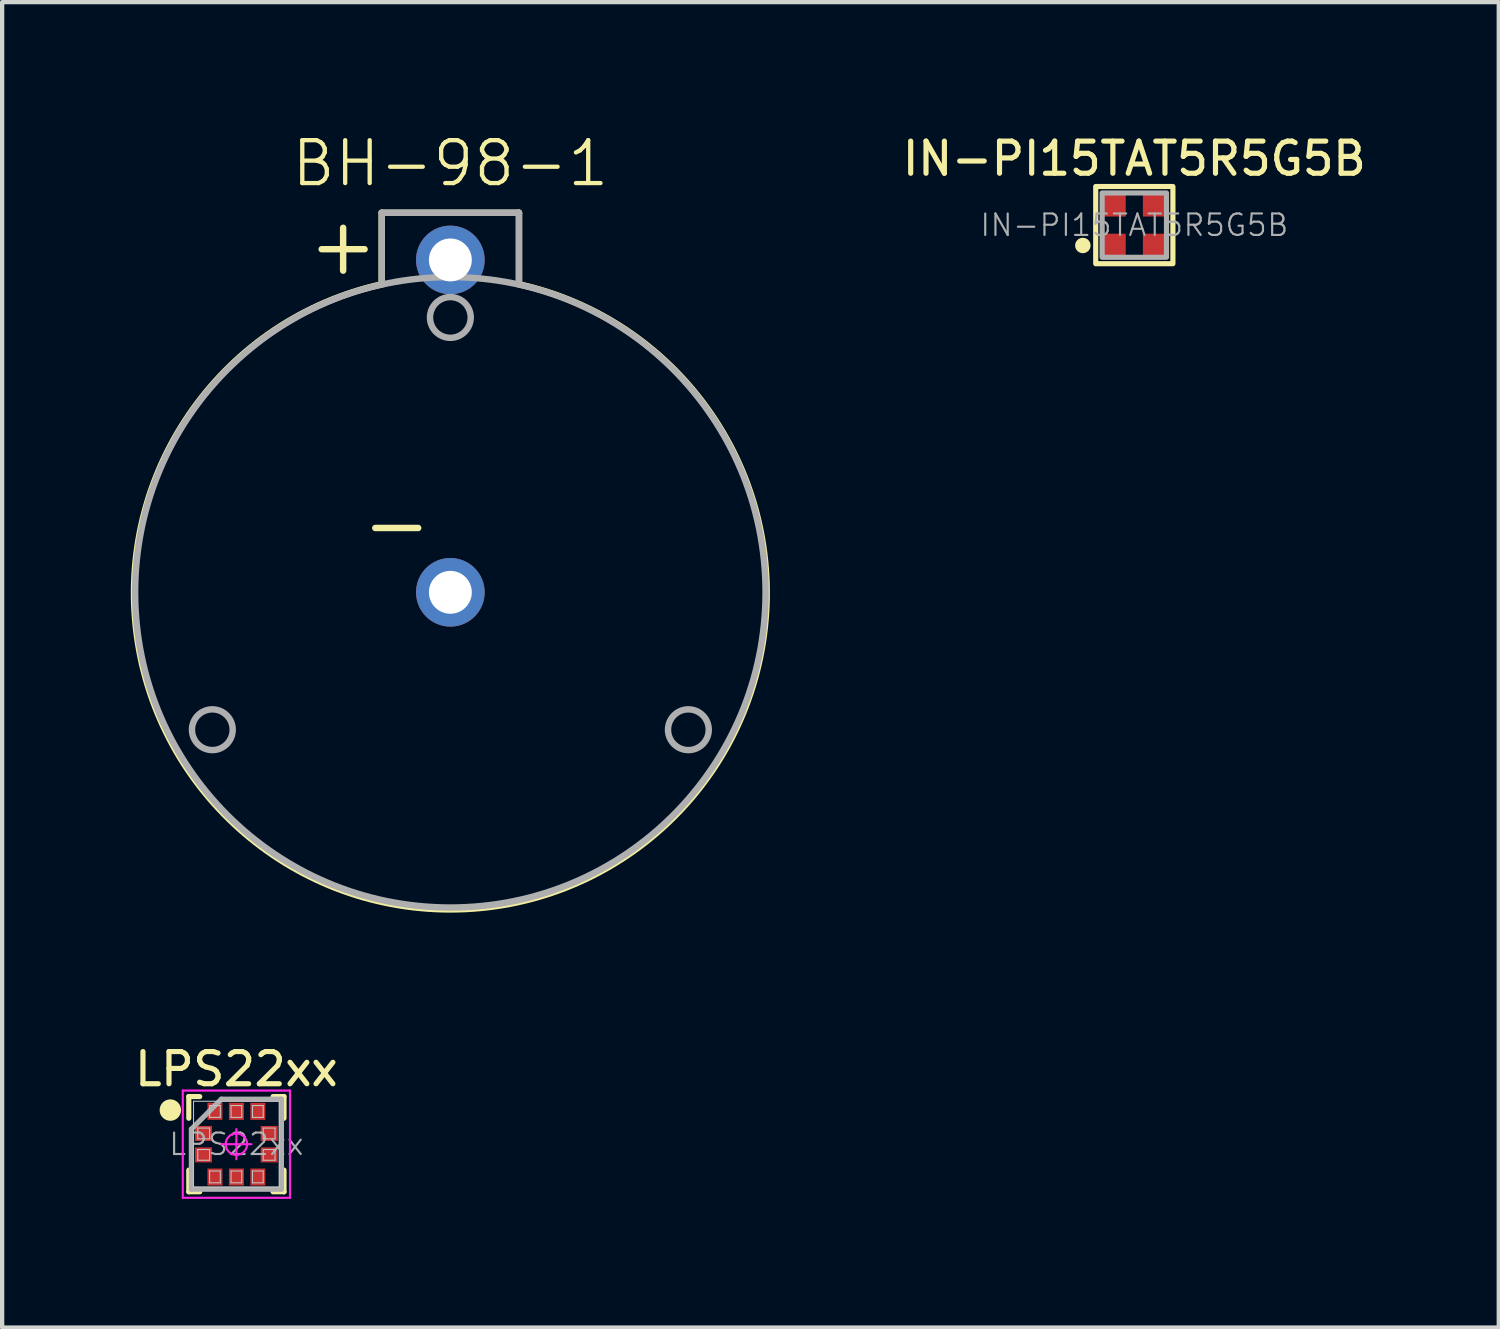
<source format=kicad_pcb>
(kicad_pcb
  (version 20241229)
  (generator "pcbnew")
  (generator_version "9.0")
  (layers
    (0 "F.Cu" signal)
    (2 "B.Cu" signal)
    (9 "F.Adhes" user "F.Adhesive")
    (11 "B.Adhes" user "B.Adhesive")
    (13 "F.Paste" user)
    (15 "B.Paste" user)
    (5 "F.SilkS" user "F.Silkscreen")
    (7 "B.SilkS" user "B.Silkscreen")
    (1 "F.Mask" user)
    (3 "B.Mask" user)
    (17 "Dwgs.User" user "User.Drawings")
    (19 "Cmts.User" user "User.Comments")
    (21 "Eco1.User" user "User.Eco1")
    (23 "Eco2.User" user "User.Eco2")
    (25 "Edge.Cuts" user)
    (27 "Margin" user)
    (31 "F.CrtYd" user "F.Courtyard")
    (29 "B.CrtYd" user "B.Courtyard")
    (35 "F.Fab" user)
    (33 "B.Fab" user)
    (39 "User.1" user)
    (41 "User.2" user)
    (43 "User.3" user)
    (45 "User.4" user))
  (footprint "LPS22xx"
    (layer "F.Cu")
    (at 2.462 23.629)
    (property "Reference" "LPS22xx" (at 0 -1.75 0) (layer "F.SilkS") (effects (font (size 0.75 0.75) (thickness 0.12))))
    (attr smd allow_soldermask_bridges)
    (fp_line (start -1.11 -1.11) (end -0.855 -1.11) (stroke (width 0.12) (type solid)) (layer "F.SilkS"))
    (fp_line (start -1.11 -0.605) (end -1.11 -1.11) (stroke (width 0.12) (type solid)) (layer "F.SilkS"))
    (fp_line (start -1.11 0.605) (end -1.11 1.11) (stroke (width 0.12) (type solid)) (layer "F.SilkS"))
    (fp_line (start -1.11 1.11) (end -0.855 1.11) (stroke (width 0.12) (type solid)) (layer "F.SilkS"))
    (fp_line (start 1.11 -1.11) (end 0.855 -1.11) (stroke (width 0.12) (type solid)) (layer "F.SilkS"))
    (fp_line (start 1.11 -0.605) (end 1.11 -1.11) (stroke (width 0.12) (type solid)) (layer "F.SilkS"))
    (fp_line (start 1.11 0.605) (end 1.11 1.11) (stroke (width 0.12) (type solid)) (layer "F.SilkS"))
    (fp_line (start 1.11 1.11) (end 0.855 1.11) (stroke (width 0.12) (type solid)) (layer "F.SilkS"))
    (fp_circle (center -1.54 -0.795) (end -1.54 -0.67) (stroke (width 0.25) (type solid)) (fill no) (layer "F.SilkS"))
    (fp_line (start -1 -1) (end 1 -1) (stroke (width 0.025) (type solid)) (layer "Dwgs.User"))
    (fp_line (start -1 1) (end -1 -1) (stroke (width 0.025) (type solid)) (layer "Dwgs.User"))
    (fp_line (start -0.901 -0.375) (end -0.625 -0.375) (stroke (width 0.025) (type solid)) (layer "Dwgs.User"))
    (fp_line (start -0.901 -0.125) (end -0.901 -0.375) (stroke (width 0.025) (type solid)) (layer "Dwgs.User"))
    (fp_line (start -0.901 0.125) (end -0.625 0.125) (stroke (width 0.025) (type solid)) (layer "Dwgs.User"))
    (fp_line (start -0.901 0.375) (end -0.901 0.125) (stroke (width 0.025) (type solid)) (layer "Dwgs.User"))
    (fp_line (start -0.625 -0.901) (end -0.375 -0.901) (stroke (width 0.025) (type solid)) (layer "Dwgs.User"))
    (fp_line (start -0.625 -0.625) (end -0.625 -0.901) (stroke (width 0.025) (type solid)) (layer "Dwgs.User"))
    (fp_line (start -0.625 -0.375) (end -0.625 -0.125) (stroke (width 0.025) (type solid)) (layer "Dwgs.User"))
    (fp_line (start -0.625 -0.125) (end -0.901 -0.125) (stroke (width 0.025) (type solid)) (layer "Dwgs.User"))
    (fp_line (start -0.625 0.125) (end -0.625 0.375) (stroke (width 0.025) (type solid)) (layer "Dwgs.User"))
    (fp_line (start -0.625 0.375) (end -0.901 0.375) (stroke (width 0.025) (type solid)) (layer "Dwgs.User"))
    (fp_line (start -0.625 0.625) (end -0.375 0.625) (stroke (width 0.025) (type solid)) (layer "Dwgs.User"))
    (fp_line (start -0.625 0.901) (end -0.625 0.625) (stroke (width 0.025) (type solid)) (layer "Dwgs.User"))
    (fp_line (start -0.375 -0.901) (end -0.375 -0.625) (stroke (width 0.025) (type solid)) (layer "Dwgs.User"))
    (fp_line (start -0.375 -0.625) (end -0.625 -0.625) (stroke (width 0.025) (type solid)) (layer "Dwgs.User"))
    (fp_line (start -0.375 0.625) (end -0.375 0.901) (stroke (width 0.025) (type solid)) (layer "Dwgs.User"))
    (fp_line (start -0.375 0.901) (end -0.625 0.901) (stroke (width 0.025) (type solid)) (layer "Dwgs.User"))
    (fp_line (start -0.125 -0.901) (end 0.125 -0.901) (stroke (width 0.025) (type solid)) (layer "Dwgs.User"))
    (fp_line (start -0.125 -0.625) (end -0.125 -0.901) (stroke (width 0.025) (type solid)) (layer "Dwgs.User"))
    (fp_line (start -0.125 0.625) (end 0.125 0.625) (stroke (width 0.025) (type solid)) (layer "Dwgs.User"))
    (fp_line (start -0.125 0.901) (end -0.125 0.625) (stroke (width 0.025) (type solid)) (layer "Dwgs.User"))
    (fp_line (start 0.125 -0.901) (end 0.125 -0.625) (stroke (width 0.025) (type solid)) (layer "Dwgs.User"))
    (fp_line (start 0.125 -0.625) (end -0.125 -0.625) (stroke (width 0.025) (type solid)) (layer "Dwgs.User"))
    (fp_line (start 0.125 0.625) (end 0.125 0.901) (stroke (width 0.025) (type solid)) (layer "Dwgs.User"))
    (fp_line (start 0.125 0.901) (end -0.125 0.901) (stroke (width 0.025) (type solid)) (layer "Dwgs.User"))
    (fp_line (start 0.375 -0.901) (end 0.625 -0.901) (stroke (width 0.025) (type solid)) (layer "Dwgs.User"))
    (fp_line (start 0.375 -0.625) (end 0.375 -0.901) (stroke (width 0.025) (type solid)) (layer "Dwgs.User"))
    (fp_line (start 0.375 0.625) (end 0.625 0.625) (stroke (width 0.025) (type solid)) (layer "Dwgs.User"))
    (fp_line (start 0.375 0.901) (end 0.375 0.625) (stroke (width 0.025) (type solid)) (layer "Dwgs.User"))
    (fp_line (start 0.625 -0.901) (end 0.625 -0.625) (stroke (width 0.025) (type solid)) (layer "Dwgs.User"))
    (fp_line (start 0.625 -0.625) (end 0.375 -0.625) (stroke (width 0.025) (type solid)) (layer "Dwgs.User"))
    (fp_line (start 0.625 -0.375) (end 0.901 -0.375) (stroke (width 0.025) (type solid)) (layer "Dwgs.User"))
    (fp_line (start 0.625 -0.125) (end 0.625 -0.375) (stroke (width 0.025) (type solid)) (layer "Dwgs.User"))
    (fp_line (start 0.625 0.125) (end 0.901 0.125) (stroke (width 0.025) (type solid)) (layer "Dwgs.User"))
    (fp_line (start 0.625 0.375) (end 0.625 0.125) (stroke (width 0.025) (type solid)) (layer "Dwgs.User"))
    (fp_line (start 0.625 0.625) (end 0.625 0.901) (stroke (width 0.025) (type solid)) (layer "Dwgs.User"))
    (fp_line (start 0.625 0.901) (end 0.375 0.901) (stroke (width 0.025) (type solid)) (layer "Dwgs.User"))
    (fp_line (start 0.901 -0.375) (end 0.901 -0.125) (stroke (width 0.025) (type solid)) (layer "Dwgs.User"))
    (fp_line (start 0.901 -0.125) (end 0.625 -0.125) (stroke (width 0.025) (type solid)) (layer "Dwgs.User"))
    (fp_line (start 0.901 0.125) (end 0.901 0.375) (stroke (width 0.025) (type solid)) (layer "Dwgs.User"))
    (fp_line (start 0.901 0.375) (end 0.625 0.375) (stroke (width 0.025) (type solid)) (layer "Dwgs.User"))
    (fp_line (start 1 -1) (end 1 1) (stroke (width 0.025) (type solid)) (layer "Dwgs.User"))
    (fp_line (start 1 1) (end -1 1) (stroke (width 0.025) (type solid)) (layer "Dwgs.User"))
    (fp_line (start -1.25 -1.25) (end -1.25 1.25) (stroke (width 0.05) (type solid)) (layer "F.CrtYd"))
    (fp_line (start -1.25 1.25) (end 1.25 1.25) (stroke (width 0.05) (type solid)) (layer "F.CrtYd"))
    (fp_line (start 0 -0.35) (end 0 0.35) (stroke (width 0.05) (type solid)) (layer "F.CrtYd"))
    (fp_line (start 0.35 0) (end -0.35 0) (stroke (width 0.05) (type solid)) (layer "F.CrtYd"))
    (fp_line (start 1.25 -1.25) (end -1.25 -1.25) (stroke (width 0.05) (type solid)) (layer "F.CrtYd"))
    (fp_line (start 1.25 1.25) (end 1.25 -1.25) (stroke (width 0.05) (type solid)) (layer "F.CrtYd"))
    (fp_circle (center 0 0) (end 0 0.25) (stroke (width 0.05) (type solid)) (fill no) (layer "F.CrtYd"))
    (fp_line (start -1.05 -0.35) (end -0.35 -1.05) (stroke (width 0.12) (type solid)) (layer "F.Fab"))
    (fp_line (start -1.05 1.05) (end -1.05 -0.35) (stroke (width 0.12) (type solid)) (layer "F.Fab"))
    (fp_line (start -0.35 -1.05) (end 1.05 -1.05) (stroke (width 0.12) (type solid)) (layer "F.Fab"))
    (fp_line (start 1.05 -1.05) (end 1.05 1.05) (stroke (width 0.12) (type solid)) (layer "F.Fab"))
    (fp_line (start 1.05 1.05) (end -1.05 1.05) (stroke (width 0.12) (type solid)) (layer "F.Fab"))
    (fp_text user "${REFERENCE}" (at 0 0 0) (layer "F.Fab") (effects (font (size 0.5 0.5) (thickness 0.05))))
    (pad "1" smd rect (at -0.766 -0.25) (size 0.397 0.35) (layers "F.Cu" "F.Mask" "F.Paste"))
    (pad "2" smd rect (at -0.766 0.25) (size 0.397 0.35) (layers "F.Cu" "F.Mask" "F.Paste"))
    (pad "3" smd rect (at -0.5 0.766 90) (size 0.397 0.35) (layers "F.Cu" "F.Mask" "F.Paste"))
    (pad "4" smd rect (at 0 0.766 90) (size 0.397 0.35) (layers "F.Cu" "F.Mask" "F.Paste"))
    (pad "5" smd rect (at 0.5 0.766 90) (size 0.397 0.35) (layers "F.Cu" "F.Mask" "F.Paste"))
    (pad "6" smd rect (at 0.766 0.25) (size 0.397 0.35) (layers "F.Cu" "F.Mask" "F.Paste"))
    (pad "7" smd rect (at 0.766 -0.25) (size 0.397 0.35) (layers "F.Cu" "F.Mask" "F.Paste"))
    (pad "8" smd rect (at 0.5 -0.766 90) (size 0.397 0.35) (layers "F.Cu" "F.Mask" "F.Paste"))
    (pad "9" smd rect (at 0 -0.766 90) (size 0.397 0.35) (layers "F.Cu" "F.Mask" "F.Paste"))
    (pad "10" smd rect (at -0.5 -0.766 90) (size 0.397 0.35) (layers "F.Cu" "F.Mask" "F.Paste")))
  (footprint "IN-PI15TAT5R5G5B"
    (layer "F.Cu")
    (at 23.399 2.199)
    (property "Reference" "IN-PI15TAT5R5G5B" (at 0 -1.55 0) (unlocked yes) (layer "F.SilkS") (effects (font (size 0.75 0.75) (thickness 0.12))))
    (attr smd)
    (fp_rect (start -0.9 -0.9) (end 0.9 0.9) (stroke (width 0.12) (type default)) (fill no) (layer "F.SilkS"))
    (fp_circle (center -1.2 0.475) (end -1.08 0.475) (stroke (width 0.12) (type solid)) (fill yes) (layer "F.SilkS"))
    (fp_rect (start -0.75 -0.75) (end 0.75 0.75) (stroke (width 0.12) (type default)) (fill no) (layer "F.Fab"))
    (fp_text user "${REFERENCE}" (at 0 0 0) (unlocked yes) (layer "F.Fab") (effects (font (size 0.5 0.5) (thickness 0.05))))
    (pad "1" smd rect (at -0.475 0.475) (size 0.55 0.55) (layers "F.Cu" "F.Mask" "F.Paste"))
    (pad "2" smd rect (at 0.475 0.475) (size 0.55 0.55) (layers "F.Cu" "F.Mask" "F.Paste"))
    (pad "3" smd rect (at 0.475 -0.475) (size 0.55 0.55) (layers "F.Cu" "F.Mask" "F.Paste"))
    (pad "4" smd rect (at -0.475 -0.475) (size 0.55 0.55) (layers "F.Cu" "F.Mask" "F.Paste")))
  (footprint "BH-98-1"
    (layer "F.Cu")
    (at 7.451 10.761)
    (property "Reference" "BH-98-1" (at 0 -10 0) (unlocked yes) (layer "F.SilkS") (effects (font (size 1 1) (thickness 0.1))))
    (attr through_hole)
    (fp_line (start -2.5 -8.5) (end -2.5 -7.5) (stroke (width 0.15) (type default)) (layer "F.SilkS"))
    (fp_line (start -2 -8) (end -3 -8) (stroke (width 0.15) (type default)) (layer "F.SilkS"))
    (fp_line (start -1.6 -8.85) (end -1.6 -7.182) (stroke (width 0.15) (type default)) (layer "F.SilkS"))
    (fp_line (start -0.75 -1.5) (end -1.75 -1.5) (stroke (width 0.15) (type default)) (layer "F.SilkS"))
    (fp_line (start 1.6 -8.85) (end -1.6 -8.85) (stroke (width 0.15) (type default)) (layer "F.SilkS"))
    (fp_line (start 1.6 -7.182) (end 1.6 -8.85) (stroke (width 0.15) (type default)) (layer "F.SilkS"))
    (fp_arc (start 1.6 -7.1818) (mid 0 7.39383) (end -1.6 -7.1818) (stroke (width 0.15) (type default)) (layer "F.SilkS"))
    (fp_line (start -1.6 -8.85) (end -1.6 -7.2) (stroke (width 0.15) (type default)) (layer "F.Fab"))
    (fp_line (start -1.6 -8.85) (end 1.6 -8.85) (stroke (width 0.15) (type default)) (layer "F.Fab"))
    (fp_line (start 1.6 -8.85) (end 1.6 -7.2) (stroke (width 0.15) (type default)) (layer "F.Fab"))
    (fp_circle (center -5.55 3.204) (end -5.075 3.204) (stroke (width 0.15) (type default)) (fill no) (layer "F.Fab"))
    (fp_circle (center 0 -6.409) (end 0.475 -6.409) (stroke (width 0.15) (type default)) (fill no) (layer "F.Fab"))
    (fp_circle (center 0 0) (end 7.35 0) (stroke (width 0.15) (type default)) (fill no) (layer "F.Fab"))
    (fp_circle (center 5.55 3.204) (end 6.025 3.204) (stroke (width 0.15) (type default)) (fill no) (layer "F.Fab"))
    (pad "1" thru_hole circle (at 0 -7.75) (size 1.6 1.6) (drill 1) (layers "*.Cu" "*.Mask"))
    (pad "2" thru_hole circle (at 0 0) (size 1.6 1.6) (drill 1) (layers "*.Cu" "*.Mask")))
  (gr_rect
    (start -3 -3)
    (end 31.897 27.904)
    (stroke (width 0.1) (type default))
    (fill no)
    (layer "Edge.Cuts")))
</source>
